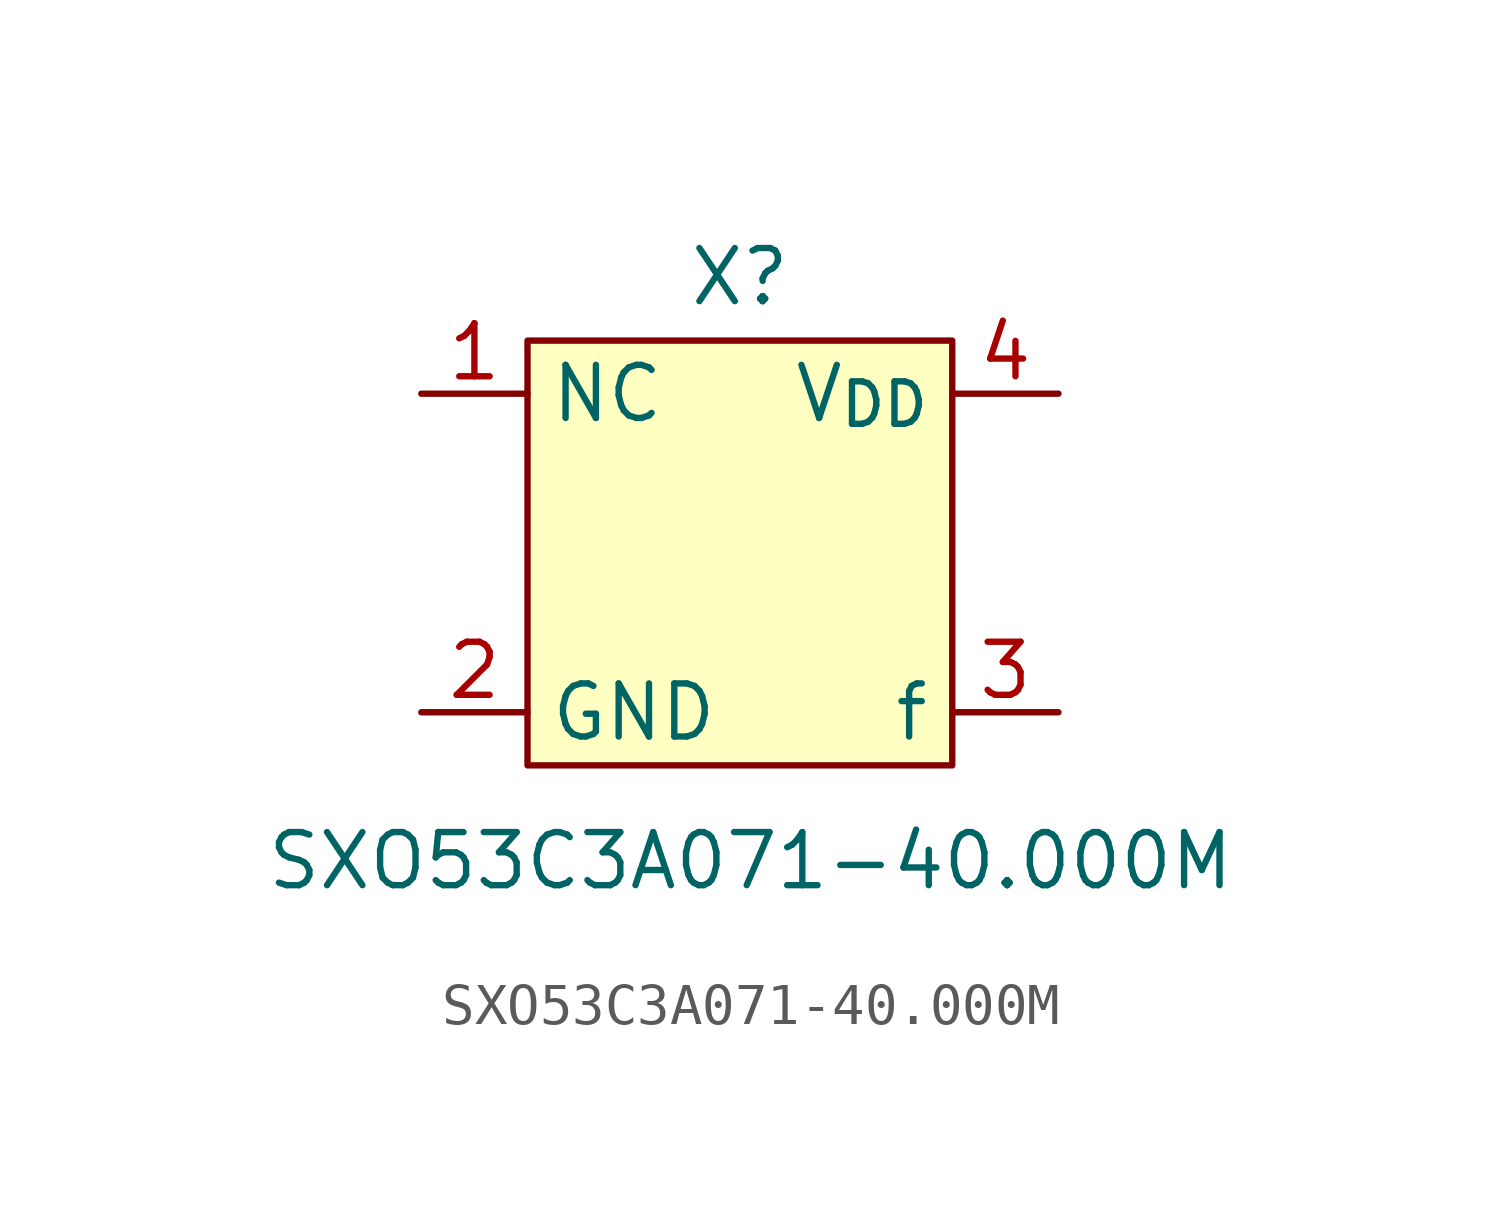
<source format=kicad_sym>
(kicad_symbol_lib
  (version 20231120)
  (generator "kicad_symbol_editor")
  (generator_version "8.0")
  (symbol "SXO53C3A071-40.000M"
    (property "Reference" "X"
      (at 0 6.604 0)
      (effects (font (size 1.27 1.27))))
    (property "Value" "SXO53C3A071-40.000M"
      (at 0.254 -7.366 0)
      (effects (font (size 1.27 1.27))))
    (symbol "SXO53C3A071-40.000M_1_1"
      (rectangle (start -5.08 5.08) (end 5.08 -5.08) (stroke (width 0) (type default)) (fill (type background)))
      (pin input line (at -7.62 3.81 0) (length 2.54) (name "NC" (effects (font (size 1.27 1.27)))) (number "1" (effects (font (size 1.27 1.27)))))
      (pin input line (at -7.62 -3.81 0) (length 2.54) (name "GND" (effects (font (size 1.27 1.27)))) (number "2" (effects (font (size 1.27 1.27)))))
      (pin input line (at 7.62 -3.81 180) (length 2.54) (name "f" (effects (font (size 1.27 1.27)))) (number "3" (effects (font (size 1.27 1.27)))))
      (pin input line (at 7.62 3.81 180) (length 2.54) (name "V_{DD}" (effects (font (size 1.27 1.27)))) (number "4" (effects (font (size 1.27 1.27))))))))
</source>
